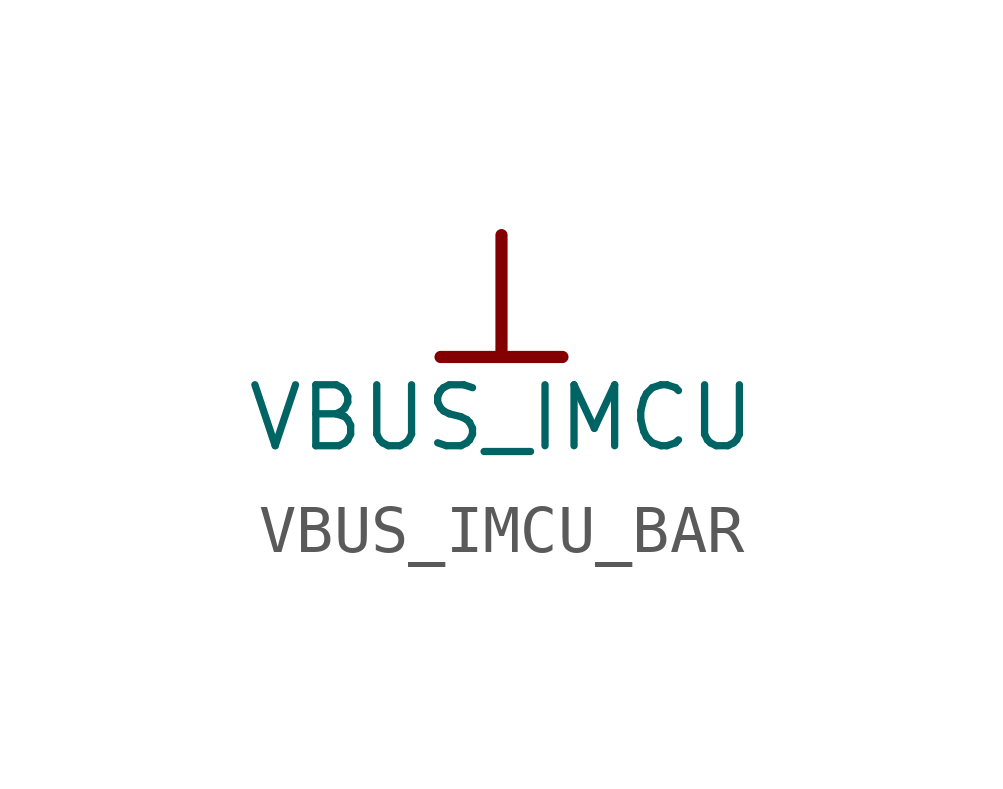
<source format=kicad_sym>
(kicad_symbol_lib
  (version 20241209)
  (generator "kicad_symbol_editor")
  (generator_version "9.0")
  (symbol "VBUS_IMCU_BAR"
    (power)
    (property "Reference" "#PWR"
      (at 0 0 0)
      (effects (font (size 1.27 1.27)) (hide yes)))
    (property "Value" "VBUS_IMCU"
      (at 0 -3.81 0)
      (effects (font (size 1.27 1.27))))
    (symbol "VBUS_IMCU_BAR_0_0"
      (polyline (pts (xy -1.27 -2.54) (xy 1.27 -2.54)) (stroke (width 0.254) (type solid)) (fill (type none)))
      (polyline (pts (xy 0 0) (xy 0 -2.54)) (stroke (width 0.254) (type solid)) (fill (type none)))
      (pin power_in line (at 0 0 0) (length 0) (hide yes) (name "VBUS_IMCU" (effects (font (size 1.27 1.27)))) (number "" (effects (font (size 1.27 1.27))))))))
</source>
